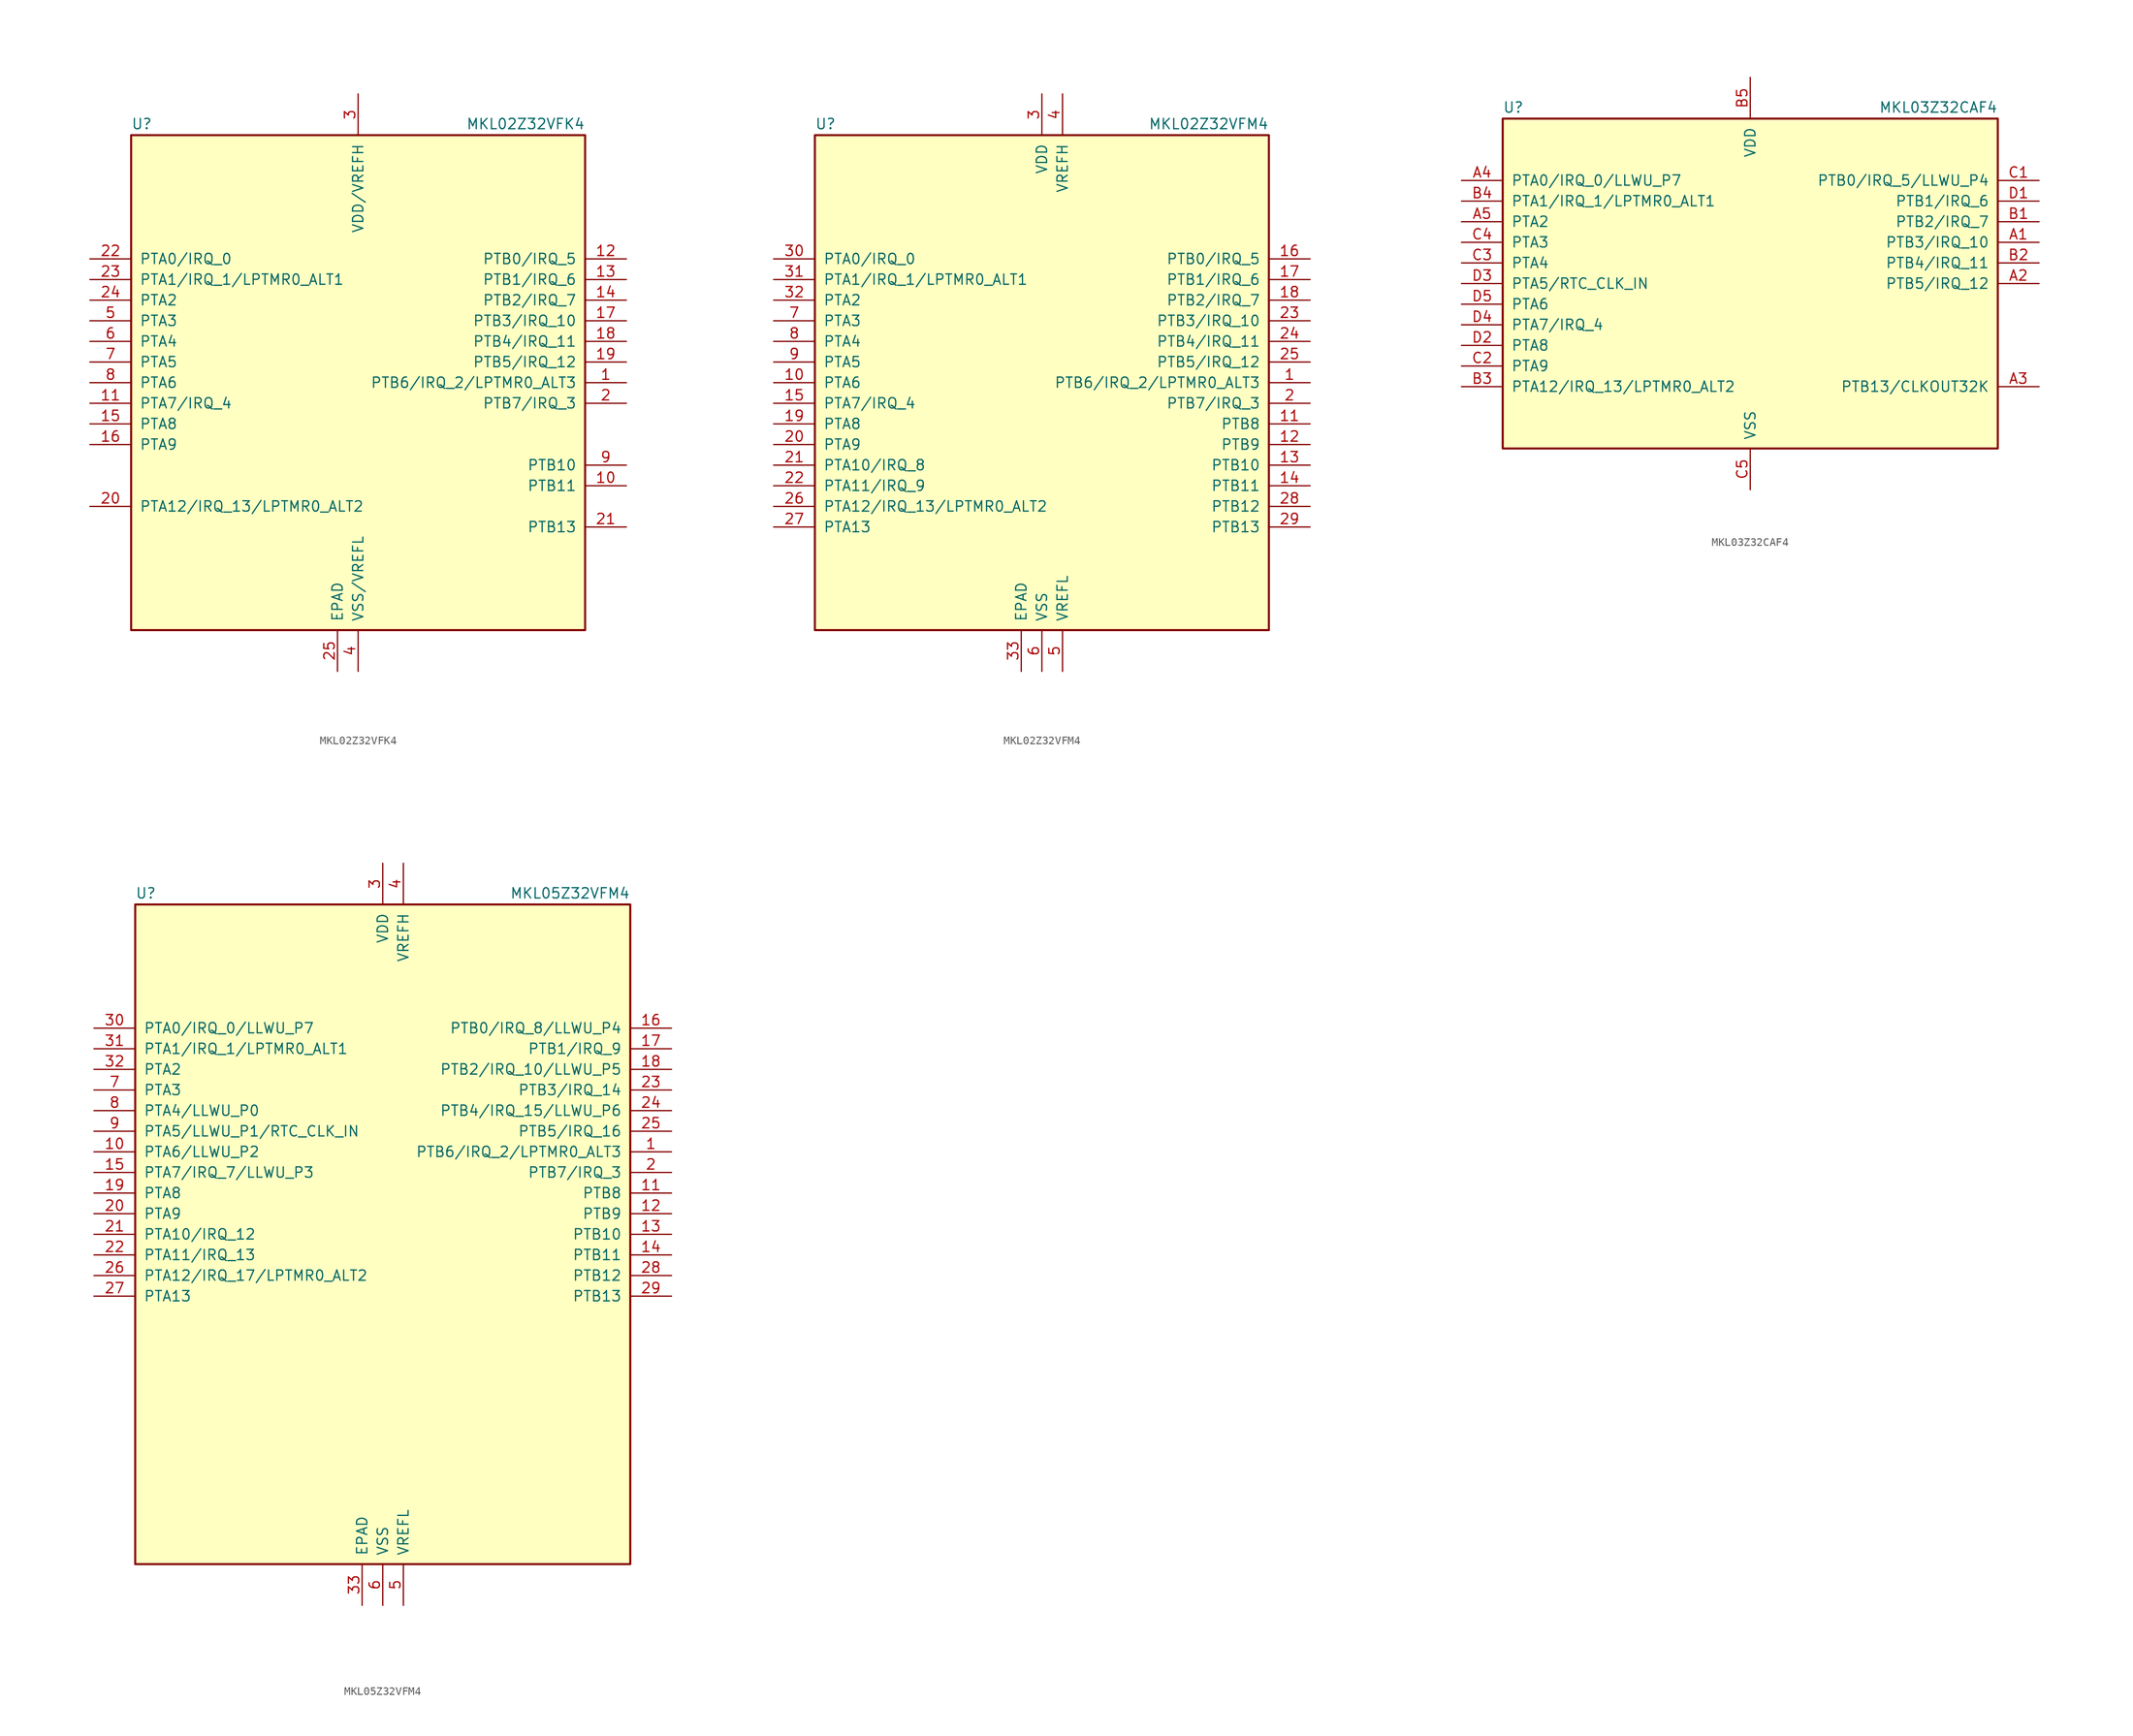
<source format=kicad_sym>
(kicad_symbol_lib
  (version 20241209)
  (generator "kicad_symbol_editor")
  (generator_version "9.0")
  (symbol "MKL02Z32VFK4"
    (pin_names
      (offset 1.016))
    (property "Reference" "U"
      (at -27.94 31.115 0)
      (effects (font (size 1.27 1.27)) (justify left bottom)))
    (property "Value" "MKL02Z32VFK4"
      (at 27.94 31.115 0)
      (effects (font (size 1.27 1.27)) (justify right bottom)))
    (symbol "MKL02Z32VFK4_0_1"
      (rectangle (start -27.94 30.48) (end 27.94 -30.48) (stroke (width 0.254) (type default)) (fill (type background))))
    (symbol "MKL02Z32VFK4_1_1"
      (pin bidirectional line (at -33.02 15.24 0) (length 5.08) (name "PTA0/IRQ_0" (effects (font (size 1.27 1.27)))) (number "22" (effects (font (size 1.27 1.27)))))
      (pin bidirectional line (at -33.02 12.7 0) (length 5.08) (name "PTA1/IRQ_1/LPTMR0_ALT1" (effects (font (size 1.27 1.27)))) (number "23" (effects (font (size 1.27 1.27)))))
      (pin bidirectional line (at -33.02 10.16 0) (length 5.08) (name "PTA2" (effects (font (size 1.27 1.27)))) (number "24" (effects (font (size 1.27 1.27)))))
      (pin bidirectional line (at -33.02 7.62 0) (length 5.08) (name "PTA3" (effects (font (size 1.27 1.27)))) (number "5" (effects (font (size 1.27 1.27)))))
      (pin bidirectional line (at -33.02 5.08 0) (length 5.08) (name "PTA4" (effects (font (size 1.27 1.27)))) (number "6" (effects (font (size 1.27 1.27)))))
      (pin bidirectional line (at -33.02 2.54 0) (length 5.08) (name "PTA5" (effects (font (size 1.27 1.27)))) (number "7" (effects (font (size 1.27 1.27)))))
      (pin bidirectional line (at -33.02 0 0) (length 5.08) (name "PTA6" (effects (font (size 1.27 1.27)))) (number "8" (effects (font (size 1.27 1.27)))))
      (pin bidirectional line (at -33.02 -2.54 0) (length 5.08) (name "PTA7/IRQ_4" (effects (font (size 1.27 1.27)))) (number "11" (effects (font (size 1.27 1.27)))))
      (pin bidirectional line (at -33.02 -5.08 0) (length 5.08) (name "PTA8" (effects (font (size 1.27 1.27)))) (number "15" (effects (font (size 1.27 1.27)))))
      (pin bidirectional line (at -33.02 -7.62 0) (length 5.08) (name "PTA9" (effects (font (size 1.27 1.27)))) (number "16" (effects (font (size 1.27 1.27)))))
      (pin bidirectional line (at -33.02 -15.24 0) (length 5.08) (name "PTA12/IRQ_13/LPTMR0_ALT2" (effects (font (size 1.27 1.27)))) (number "20" (effects (font (size 1.27 1.27)))))
      (pin power_in line (at -2.54 -35.56 90) (length 5.08) (name "EPAD" (effects (font (size 1.27 1.27)))) (number "25" (effects (font (size 1.27 1.27)))))
      (pin power_in line (at 0 35.56 270) (length 5.08) (name "VDD/VREFH" (effects (font (size 1.27 1.27)))) (number "3" (effects (font (size 1.27 1.27)))))
      (pin power_in line (at 0 -35.56 90) (length 5.08) (name "VSS/VREFL" (effects (font (size 1.27 1.27)))) (number "4" (effects (font (size 1.27 1.27)))))
      (pin bidirectional line (at 33.02 15.24 180) (length 5.08) (name "PTB0/IRQ_5" (effects (font (size 1.27 1.27)))) (number "12" (effects (font (size 1.27 1.27)))))
      (pin bidirectional line (at 33.02 12.7 180) (length 5.08) (name "PTB1/IRQ_6" (effects (font (size 1.27 1.27)))) (number "13" (effects (font (size 1.27 1.27)))))
      (pin bidirectional line (at 33.02 10.16 180) (length 5.08) (name "PTB2/IRQ_7" (effects (font (size 1.27 1.27)))) (number "14" (effects (font (size 1.27 1.27)))))
      (pin bidirectional line (at 33.02 7.62 180) (length 5.08) (name "PTB3/IRQ_10" (effects (font (size 1.27 1.27)))) (number "17" (effects (font (size 1.27 1.27)))))
      (pin bidirectional line (at 33.02 5.08 180) (length 5.08) (name "PTB4/IRQ_11" (effects (font (size 1.27 1.27)))) (number "18" (effects (font (size 1.27 1.27)))))
      (pin bidirectional line (at 33.02 2.54 180) (length 5.08) (name "PTB5/IRQ_12" (effects (font (size 1.27 1.27)))) (number "19" (effects (font (size 1.27 1.27)))))
      (pin bidirectional line (at 33.02 0 180) (length 5.08) (name "PTB6/IRQ_2/LPTMR0_ALT3" (effects (font (size 1.27 1.27)))) (number "1" (effects (font (size 1.27 1.27)))))
      (pin bidirectional line (at 33.02 -2.54 180) (length 5.08) (name "PTB7/IRQ_3" (effects (font (size 1.27 1.27)))) (number "2" (effects (font (size 1.27 1.27)))))
      (pin bidirectional line (at 33.02 -10.16 180) (length 5.08) (name "PTB10" (effects (font (size 1.27 1.27)))) (number "9" (effects (font (size 1.27 1.27)))))
      (pin bidirectional line (at 33.02 -12.7 180) (length 5.08) (name "PTB11" (effects (font (size 1.27 1.27)))) (number "10" (effects (font (size 1.27 1.27)))))
      (pin bidirectional line (at 33.02 -17.78 180) (length 5.08) (name "PTB13" (effects (font (size 1.27 1.27)))) (number "21" (effects (font (size 1.27 1.27)))))))
  (symbol "MKL02Z32VFM4"
    (pin_names
      (offset 1.016))
    (property "Reference" "U"
      (at -27.94 31.115 0)
      (effects (font (size 1.27 1.27)) (justify left bottom)))
    (property "Value" "MKL02Z32VFM4"
      (at 27.94 31.115 0)
      (effects (font (size 1.27 1.27)) (justify right bottom)))
    (symbol "MKL02Z32VFM4_0_1"
      (rectangle (start -27.94 30.48) (end 27.94 -30.48) (stroke (width 0.254) (type default)) (fill (type background))))
    (symbol "MKL02Z32VFM4_1_1"
      (pin bidirectional line (at -33.02 15.24 0) (length 5.08) (name "PTA0/IRQ_0" (effects (font (size 1.27 1.27)))) (number "30" (effects (font (size 1.27 1.27)))))
      (pin bidirectional line (at -33.02 12.7 0) (length 5.08) (name "PTA1/IRQ_1/LPTMR0_ALT1" (effects (font (size 1.27 1.27)))) (number "31" (effects (font (size 1.27 1.27)))))
      (pin bidirectional line (at -33.02 10.16 0) (length 5.08) (name "PTA2" (effects (font (size 1.27 1.27)))) (number "32" (effects (font (size 1.27 1.27)))))
      (pin bidirectional line (at -33.02 7.62 0) (length 5.08) (name "PTA3" (effects (font (size 1.27 1.27)))) (number "7" (effects (font (size 1.27 1.27)))))
      (pin bidirectional line (at -33.02 5.08 0) (length 5.08) (name "PTA4" (effects (font (size 1.27 1.27)))) (number "8" (effects (font (size 1.27 1.27)))))
      (pin bidirectional line (at -33.02 2.54 0) (length 5.08) (name "PTA5" (effects (font (size 1.27 1.27)))) (number "9" (effects (font (size 1.27 1.27)))))
      (pin bidirectional line (at -33.02 0 0) (length 5.08) (name "PTA6" (effects (font (size 1.27 1.27)))) (number "10" (effects (font (size 1.27 1.27)))))
      (pin bidirectional line (at -33.02 -2.54 0) (length 5.08) (name "PTA7/IRQ_4" (effects (font (size 1.27 1.27)))) (number "15" (effects (font (size 1.27 1.27)))))
      (pin bidirectional line (at -33.02 -5.08 0) (length 5.08) (name "PTA8" (effects (font (size 1.27 1.27)))) (number "19" (effects (font (size 1.27 1.27)))))
      (pin bidirectional line (at -33.02 -7.62 0) (length 5.08) (name "PTA9" (effects (font (size 1.27 1.27)))) (number "20" (effects (font (size 1.27 1.27)))))
      (pin bidirectional line (at -33.02 -10.16 0) (length 5.08) (name "PTA10/IRQ_8" (effects (font (size 1.27 1.27)))) (number "21" (effects (font (size 1.27 1.27)))))
      (pin bidirectional line (at -33.02 -12.7 0) (length 5.08) (name "PTA11/IRQ_9" (effects (font (size 1.27 1.27)))) (number "22" (effects (font (size 1.27 1.27)))))
      (pin bidirectional line (at -33.02 -15.24 0) (length 5.08) (name "PTA12/IRQ_13/LPTMR0_ALT2" (effects (font (size 1.27 1.27)))) (number "26" (effects (font (size 1.27 1.27)))))
      (pin bidirectional line (at -33.02 -17.78 0) (length 5.08) (name "PTA13" (effects (font (size 1.27 1.27)))) (number "27" (effects (font (size 1.27 1.27)))))
      (pin power_in line (at -2.54 -35.56 90) (length 5.08) (name "EPAD" (effects (font (size 1.27 1.27)))) (number "33" (effects (font (size 1.27 1.27)))))
      (pin power_in line (at 0 35.56 270) (length 5.08) (name "VDD" (effects (font (size 1.27 1.27)))) (number "3" (effects (font (size 1.27 1.27)))))
      (pin power_in line (at 0 -35.56 90) (length 5.08) (name "VSS" (effects (font (size 1.27 1.27)))) (number "6" (effects (font (size 1.27 1.27)))))
      (pin power_in line (at 2.54 35.56 270) (length 5.08) (name "VREFH" (effects (font (size 1.27 1.27)))) (number "4" (effects (font (size 1.27 1.27)))))
      (pin power_in line (at 2.54 -35.56 90) (length 5.08) (name "VREFL" (effects (font (size 1.27 1.27)))) (number "5" (effects (font (size 1.27 1.27)))))
      (pin bidirectional line (at 33.02 15.24 180) (length 5.08) (name "PTB0/IRQ_5" (effects (font (size 1.27 1.27)))) (number "16" (effects (font (size 1.27 1.27)))))
      (pin bidirectional line (at 33.02 12.7 180) (length 5.08) (name "PTB1/IRQ_6" (effects (font (size 1.27 1.27)))) (number "17" (effects (font (size 1.27 1.27)))))
      (pin bidirectional line (at 33.02 10.16 180) (length 5.08) (name "PTB2/IRQ_7" (effects (font (size 1.27 1.27)))) (number "18" (effects (font (size 1.27 1.27)))))
      (pin bidirectional line (at 33.02 7.62 180) (length 5.08) (name "PTB3/IRQ_10" (effects (font (size 1.27 1.27)))) (number "23" (effects (font (size 1.27 1.27)))))
      (pin bidirectional line (at 33.02 5.08 180) (length 5.08) (name "PTB4/IRQ_11" (effects (font (size 1.27 1.27)))) (number "24" (effects (font (size 1.27 1.27)))))
      (pin bidirectional line (at 33.02 2.54 180) (length 5.08) (name "PTB5/IRQ_12" (effects (font (size 1.27 1.27)))) (number "25" (effects (font (size 1.27 1.27)))))
      (pin bidirectional line (at 33.02 0 180) (length 5.08) (name "PTB6/IRQ_2/LPTMR0_ALT3" (effects (font (size 1.27 1.27)))) (number "1" (effects (font (size 1.27 1.27)))))
      (pin bidirectional line (at 33.02 -2.54 180) (length 5.08) (name "PTB7/IRQ_3" (effects (font (size 1.27 1.27)))) (number "2" (effects (font (size 1.27 1.27)))))
      (pin bidirectional line (at 33.02 -5.08 180) (length 5.08) (name "PTB8" (effects (font (size 1.27 1.27)))) (number "11" (effects (font (size 1.27 1.27)))))
      (pin bidirectional line (at 33.02 -7.62 180) (length 5.08) (name "PTB9" (effects (font (size 1.27 1.27)))) (number "12" (effects (font (size 1.27 1.27)))))
      (pin bidirectional line (at 33.02 -10.16 180) (length 5.08) (name "PTB10" (effects (font (size 1.27 1.27)))) (number "13" (effects (font (size 1.27 1.27)))))
      (pin bidirectional line (at 33.02 -12.7 180) (length 5.08) (name "PTB11" (effects (font (size 1.27 1.27)))) (number "14" (effects (font (size 1.27 1.27)))))
      (pin bidirectional line (at 33.02 -15.24 180) (length 5.08) (name "PTB12" (effects (font (size 1.27 1.27)))) (number "28" (effects (font (size 1.27 1.27)))))
      (pin bidirectional line (at 33.02 -17.78 180) (length 5.08) (name "PTB13" (effects (font (size 1.27 1.27)))) (number "29" (effects (font (size 1.27 1.27)))))))
  (symbol "MKL03Z32CAF4"
    (pin_names
      (offset 1.016))
    (property "Reference" "U"
      (at -30.48 20.955 0)
      (effects (font (size 1.27 1.27)) (justify left bottom)))
    (property "Value" "MKL03Z32CAF4"
      (at 30.48 20.955 0)
      (effects (font (size 1.27 1.27)) (justify right bottom)))
    (symbol "MKL03Z32CAF4_0_1"
      (rectangle (start -30.48 20.32) (end 30.48 -20.32) (stroke (width 0.254) (type default)) (fill (type background))))
    (symbol "MKL03Z32CAF4_1_1"
      (pin bidirectional line (at -35.56 12.7 0) (length 5.08) (name "PTA0/IRQ_0/LLWU_P7" (effects (font (size 1.27 1.27)))) (number "A4" (effects (font (size 1.27 1.27)))))
      (pin bidirectional line (at -35.56 10.16 0) (length 5.08) (name "PTA1/IRQ_1/LPTMR0_ALT1" (effects (font (size 1.27 1.27)))) (number "B4" (effects (font (size 1.27 1.27)))))
      (pin bidirectional line (at -35.56 7.62 0) (length 5.08) (name "PTA2" (effects (font (size 1.27 1.27)))) (number "A5" (effects (font (size 1.27 1.27)))))
      (pin bidirectional line (at -35.56 5.08 0) (length 5.08) (name "PTA3" (effects (font (size 1.27 1.27)))) (number "C4" (effects (font (size 1.27 1.27)))))
      (pin bidirectional line (at -35.56 2.54 0) (length 5.08) (name "PTA4" (effects (font (size 1.27 1.27)))) (number "C3" (effects (font (size 1.27 1.27)))))
      (pin bidirectional line (at -35.56 0 0) (length 5.08) (name "PTA5/RTC_CLK_IN" (effects (font (size 1.27 1.27)))) (number "D3" (effects (font (size 1.27 1.27)))))
      (pin bidirectional line (at -35.56 -2.54 0) (length 5.08) (name "PTA6" (effects (font (size 1.27 1.27)))) (number "D5" (effects (font (size 1.27 1.27)))))
      (pin bidirectional line (at -35.56 -5.08 0) (length 5.08) (name "PTA7/IRQ_4" (effects (font (size 1.27 1.27)))) (number "D4" (effects (font (size 1.27 1.27)))))
      (pin bidirectional line (at -35.56 -7.62 0) (length 5.08) (name "PTA8" (effects (font (size 1.27 1.27)))) (number "D2" (effects (font (size 1.27 1.27)))))
      (pin bidirectional line (at -35.56 -10.16 0) (length 5.08) (name "PTA9" (effects (font (size 1.27 1.27)))) (number "C2" (effects (font (size 1.27 1.27)))))
      (pin bidirectional line (at -35.56 -12.7 0) (length 5.08) (name "PTA12/IRQ_13/LPTMR0_ALT2" (effects (font (size 1.27 1.27)))) (number "B3" (effects (font (size 1.27 1.27)))))
      (pin power_in line (at 0 25.4 270) (length 5.08) (name "VDD" (effects (font (size 1.27 1.27)))) (number "B5" (effects (font (size 1.27 1.27)))))
      (pin power_in line (at 0 -25.4 90) (length 5.08) (name "VSS" (effects (font (size 1.27 1.27)))) (number "C5" (effects (font (size 1.27 1.27)))))
      (pin bidirectional line (at 35.56 12.7 180) (length 5.08) (name "PTB0/IRQ_5/LLWU_P4" (effects (font (size 1.27 1.27)))) (number "C1" (effects (font (size 1.27 1.27)))))
      (pin bidirectional line (at 35.56 10.16 180) (length 5.08) (name "PTB1/IRQ_6" (effects (font (size 1.27 1.27)))) (number "D1" (effects (font (size 1.27 1.27)))))
      (pin bidirectional line (at 35.56 7.62 180) (length 5.08) (name "PTB2/IRQ_7" (effects (font (size 1.27 1.27)))) (number "B1" (effects (font (size 1.27 1.27)))))
      (pin bidirectional line (at 35.56 5.08 180) (length 5.08) (name "PTB3/IRQ_10" (effects (font (size 1.27 1.27)))) (number "A1" (effects (font (size 1.27 1.27)))))
      (pin bidirectional line (at 35.56 2.54 180) (length 5.08) (name "PTB4/IRQ_11" (effects (font (size 1.27 1.27)))) (number "B2" (effects (font (size 1.27 1.27)))))
      (pin bidirectional line (at 35.56 0 180) (length 5.08) (name "PTB5/IRQ_12" (effects (font (size 1.27 1.27)))) (number "A2" (effects (font (size 1.27 1.27)))))
      (pin bidirectional line (at 35.56 -12.7 180) (length 5.08) (name "PTB13/CLKOUT32K" (effects (font (size 1.27 1.27)))) (number "A3" (effects (font (size 1.27 1.27)))))))
  (symbol "MKL05Z32VFM4"
    (pin_names
      (offset 1.016))
    (property "Reference" "U"
      (at -30.48 41.275 0)
      (effects (font (size 1.27 1.27)) (justify left bottom)))
    (property "Value" "MKL05Z32VFM4"
      (at 30.48 41.275 0)
      (effects (font (size 1.27 1.27)) (justify right bottom)))
    (symbol "MKL05Z32VFM4_0_1"
      (rectangle (start -30.48 40.64) (end 30.48 -40.64) (stroke (width 0.254) (type default)) (fill (type background))))
    (symbol "MKL05Z32VFM4_1_1"
      (pin bidirectional line (at -35.56 25.4 0) (length 5.08) (name "PTA0/IRQ_0/LLWU_P7" (effects (font (size 1.27 1.27)))) (number "30" (effects (font (size 1.27 1.27)))))
      (pin bidirectional line (at -35.56 22.86 0) (length 5.08) (name "PTA1/IRQ_1/LPTMR0_ALT1" (effects (font (size 1.27 1.27)))) (number "31" (effects (font (size 1.27 1.27)))))
      (pin bidirectional line (at -35.56 20.32 0) (length 5.08) (name "PTA2" (effects (font (size 1.27 1.27)))) (number "32" (effects (font (size 1.27 1.27)))))
      (pin bidirectional line (at -35.56 17.78 0) (length 5.08) (name "PTA3" (effects (font (size 1.27 1.27)))) (number "7" (effects (font (size 1.27 1.27)))))
      (pin bidirectional line (at -35.56 15.24 0) (length 5.08) (name "PTA4/LLWU_P0" (effects (font (size 1.27 1.27)))) (number "8" (effects (font (size 1.27 1.27)))))
      (pin bidirectional line (at -35.56 12.7 0) (length 5.08) (name "PTA5/LLWU_P1/RTC_CLK_IN" (effects (font (size 1.27 1.27)))) (number "9" (effects (font (size 1.27 1.27)))))
      (pin bidirectional line (at -35.56 10.16 0) (length 5.08) (name "PTA6/LLWU_P2" (effects (font (size 1.27 1.27)))) (number "10" (effects (font (size 1.27 1.27)))))
      (pin bidirectional line (at -35.56 7.62 0) (length 5.08) (name "PTA7/IRQ_7/LLWU_P3" (effects (font (size 1.27 1.27)))) (number "15" (effects (font (size 1.27 1.27)))))
      (pin bidirectional line (at -35.56 5.08 0) (length 5.08) (name "PTA8" (effects (font (size 1.27 1.27)))) (number "19" (effects (font (size 1.27 1.27)))))
      (pin bidirectional line (at -35.56 2.54 0) (length 5.08) (name "PTA9" (effects (font (size 1.27 1.27)))) (number "20" (effects (font (size 1.27 1.27)))))
      (pin bidirectional line (at -35.56 0 0) (length 5.08) (name "PTA10/IRQ_12" (effects (font (size 1.27 1.27)))) (number "21" (effects (font (size 1.27 1.27)))))
      (pin bidirectional line (at -35.56 -2.54 0) (length 5.08) (name "PTA11/IRQ_13" (effects (font (size 1.27 1.27)))) (number "22" (effects (font (size 1.27 1.27)))))
      (pin bidirectional line (at -35.56 -5.08 0) (length 5.08) (name "PTA12/IRQ_17/LPTMR0_ALT2" (effects (font (size 1.27 1.27)))) (number "26" (effects (font (size 1.27 1.27)))))
      (pin bidirectional line (at -35.56 -7.62 0) (length 5.08) (name "PTA13" (effects (font (size 1.27 1.27)))) (number "27" (effects (font (size 1.27 1.27)))))
      (pin power_in line (at -2.54 -45.72 90) (length 5.08) (name "EPAD" (effects (font (size 1.27 1.27)))) (number "33" (effects (font (size 1.27 1.27)))))
      (pin power_in line (at 0 45.72 270) (length 5.08) (name "VDD" (effects (font (size 1.27 1.27)))) (number "3" (effects (font (size 1.27 1.27)))))
      (pin power_in line (at 0 -45.72 90) (length 5.08) (name "VSS" (effects (font (size 1.27 1.27)))) (number "6" (effects (font (size 1.27 1.27)))))
      (pin power_in line (at 2.54 45.72 270) (length 5.08) (name "VREFH" (effects (font (size 1.27 1.27)))) (number "4" (effects (font (size 1.27 1.27)))))
      (pin power_in line (at 2.54 -45.72 90) (length 5.08) (name "VREFL" (effects (font (size 1.27 1.27)))) (number "5" (effects (font (size 1.27 1.27)))))
      (pin bidirectional line (at 35.56 25.4 180) (length 5.08) (name "PTB0/IRQ_8/LLWU_P4" (effects (font (size 1.27 1.27)))) (number "16" (effects (font (size 1.27 1.27)))))
      (pin bidirectional line (at 35.56 22.86 180) (length 5.08) (name "PTB1/IRQ_9" (effects (font (size 1.27 1.27)))) (number "17" (effects (font (size 1.27 1.27)))))
      (pin bidirectional line (at 35.56 20.32 180) (length 5.08) (name "PTB2/IRQ_10/LLWU_P5" (effects (font (size 1.27 1.27)))) (number "18" (effects (font (size 1.27 1.27)))))
      (pin bidirectional line (at 35.56 17.78 180) (length 5.08) (name "PTB3/IRQ_14" (effects (font (size 1.27 1.27)))) (number "23" (effects (font (size 1.27 1.27)))))
      (pin bidirectional line (at 35.56 15.24 180) (length 5.08) (name "PTB4/IRQ_15/LLWU_P6" (effects (font (size 1.27 1.27)))) (number "24" (effects (font (size 1.27 1.27)))))
      (pin bidirectional line (at 35.56 12.7 180) (length 5.08) (name "PTB5/IRQ_16" (effects (font (size 1.27 1.27)))) (number "25" (effects (font (size 1.27 1.27)))))
      (pin bidirectional line (at 35.56 10.16 180) (length 5.08) (name "PTB6/IRQ_2/LPTMR0_ALT3" (effects (font (size 1.27 1.27)))) (number "1" (effects (font (size 1.27 1.27)))))
      (pin bidirectional line (at 35.56 7.62 180) (length 5.08) (name "PTB7/IRQ_3" (effects (font (size 1.27 1.27)))) (number "2" (effects (font (size 1.27 1.27)))))
      (pin bidirectional line (at 35.56 5.08 180) (length 5.08) (name "PTB8" (effects (font (size 1.27 1.27)))) (number "11" (effects (font (size 1.27 1.27)))))
      (pin bidirectional line (at 35.56 2.54 180) (length 5.08) (name "PTB9" (effects (font (size 1.27 1.27)))) (number "12" (effects (font (size 1.27 1.27)))))
      (pin bidirectional line (at 35.56 0 180) (length 5.08) (name "PTB10" (effects (font (size 1.27 1.27)))) (number "13" (effects (font (size 1.27 1.27)))))
      (pin bidirectional line (at 35.56 -2.54 180) (length 5.08) (name "PTB11" (effects (font (size 1.27 1.27)))) (number "14" (effects (font (size 1.27 1.27)))))
      (pin bidirectional line (at 35.56 -5.08 180) (length 5.08) (name "PTB12" (effects (font (size 1.27 1.27)))) (number "28" (effects (font (size 1.27 1.27)))))
      (pin bidirectional line (at 35.56 -7.62 180) (length 5.08) (name "PTB13" (effects (font (size 1.27 1.27)))) (number "29" (effects (font (size 1.27 1.27))))))))
</source>
